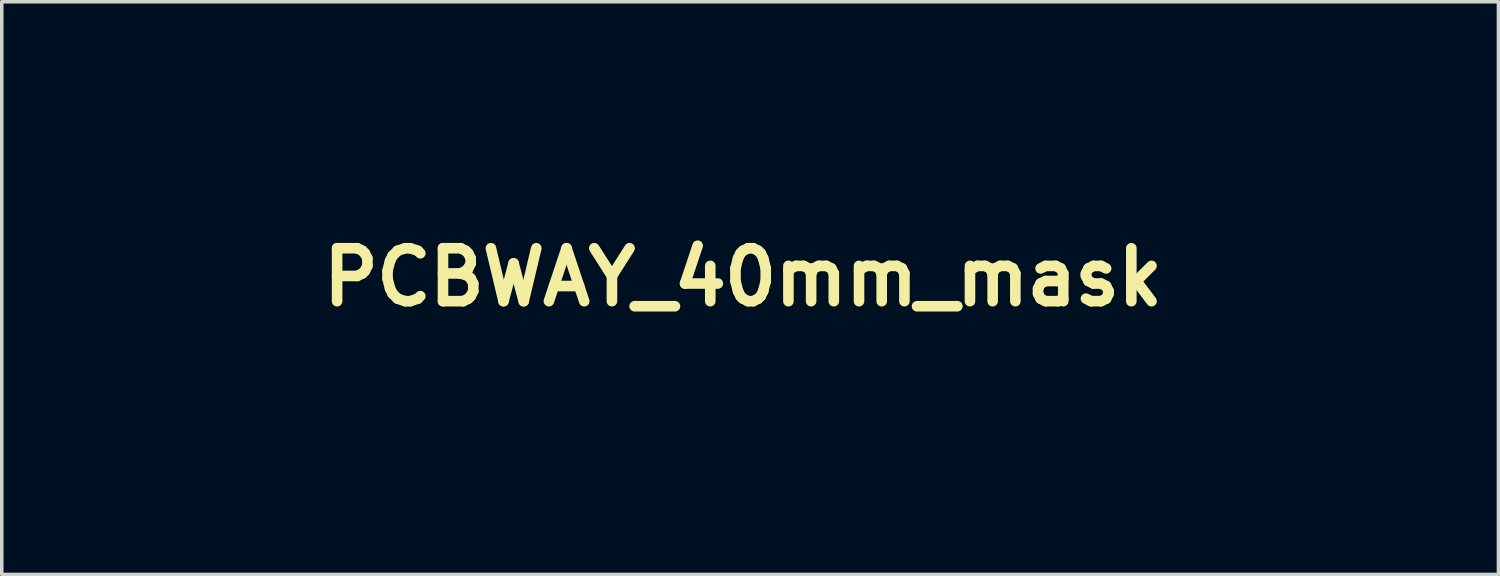
<source format=kicad_pcb>
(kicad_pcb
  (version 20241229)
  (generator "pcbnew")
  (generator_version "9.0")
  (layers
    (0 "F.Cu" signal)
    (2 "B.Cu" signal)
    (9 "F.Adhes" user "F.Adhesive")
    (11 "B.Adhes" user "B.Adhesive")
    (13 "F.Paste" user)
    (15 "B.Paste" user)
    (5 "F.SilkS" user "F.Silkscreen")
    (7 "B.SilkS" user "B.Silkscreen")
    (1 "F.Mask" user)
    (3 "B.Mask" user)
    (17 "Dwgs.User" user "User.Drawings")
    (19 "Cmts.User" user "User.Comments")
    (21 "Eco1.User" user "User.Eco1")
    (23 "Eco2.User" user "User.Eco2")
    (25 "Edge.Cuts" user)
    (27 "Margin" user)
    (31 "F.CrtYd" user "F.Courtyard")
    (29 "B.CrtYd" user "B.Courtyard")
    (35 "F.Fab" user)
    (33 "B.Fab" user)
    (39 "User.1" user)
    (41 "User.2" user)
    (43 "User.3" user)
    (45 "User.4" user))
  (footprint "PCBWAY_40mm_mask"
    (layer "F.Cu")
    (at 18 4.804)
    (property "Reference" "PCBWAY_40mm_mask" (at 0 0 0) (layer "F.SilkS") (effects (font (size 1.5 1.5) (thickness 0.3))))
    (attr board_only exclude_from_pos_files exclude_from_bom)
    (fp_poly (pts (xy -15.517 -4.654) (xy -14.96 -4.646) (xy -14.519 -4.636) (xy -14.179 -4.624) (xy -13.922 -4.609) (xy -13.732 -4.59) (xy -13.591 -4.564) (xy -13.484 -4.532) (xy -13.437 -4.513) (xy -13.059 -4.302) (xy -12.775 -4.034) (xy -12.547 -3.673) (xy -12.539 -3.657) (xy -12.432 -3.426) (xy -12.37 -3.228) (xy -12.341 -3.009) (xy -12.333 -2.715) (xy -12.333 -2.691) (xy -12.375 -2.152) (xy -12.505 -1.706) (xy -12.73 -1.341) (xy -13.058 -1.043) (xy -13.379 -0.856) (xy -13.549 -0.774) (xy -13.696 -0.716) (xy -13.848 -0.675) (xy -14.032 -0.647) (xy -14.276 -0.628) (xy -14.608 -0.613) (xy -14.879 -0.603) (xy -15.943 -0.567) (xy -15.955 0.633) (xy -15.967 1.833) (xy -16.602 1.854) (xy -16.881 1.858) (xy -17.109 1.852) (xy -17.253 1.838) (xy -17.285 1.826) (xy -17.295 1.752) (xy -17.304 1.557) (xy -17.312 1.255) (xy -17.319 0.86) (xy -17.325 0.383) (xy -17.329 -0.162) (xy -17.332 -0.762) (xy -17.333 -1.403) (xy -17.333 -1.45) (xy -17.333 -3.533) (xy -15.933 -3.533) (xy -15.933 -2.625) (xy -15.933 -1.717) (xy -15.183 -1.746) (xy -14.745 -1.774) (xy -14.425 -1.819) (xy -14.211 -1.882) (xy -14.197 -1.889) (xy -13.943 -2.074) (xy -13.787 -2.32) (xy -13.725 -2.598) (xy -13.756 -2.88) (xy -13.878 -3.139) (xy -14.087 -3.345) (xy -14.32 -3.455) (xy -14.502 -3.489) (xy -14.772 -3.516) (xy -15.086 -3.531) (xy -15.258 -3.533) (xy -15.933 -3.533) (xy -17.333 -3.533) (xy -17.333 -4.678)) (stroke (width 0) (type solid)) (fill yes) (layer "F.Mask"))
    (fp_poly (pts (xy -8.506 -4.583) (xy -8.126 -4.541) (xy -7.942 -4.503) (xy -7.324 -4.276) (xy -6.777 -3.947) (xy -6.515 -3.727) (xy -6.167 -3.398) (xy -6.567 -3.033) (xy -6.759 -2.863) (xy -6.917 -2.735) (xy -7.012 -2.67) (xy -7.025 -2.667) (xy -7.105 -2.707) (xy -7.243 -2.81) (xy -7.321 -2.877) (xy -7.522 -3.026) (xy -7.775 -3.18) (xy -7.93 -3.26) (xy -8.309 -3.384) (xy -8.739 -3.441) (xy -9.174 -3.431) (xy -9.567 -3.351) (xy -9.738 -3.283) (xy -10.053 -3.084) (xy -10.351 -2.82) (xy -10.596 -2.526) (xy -10.754 -2.239) (xy -10.764 -2.212) (xy -10.838 -1.868) (xy -10.863 -1.462) (xy -10.837 -1.057) (xy -10.763 -0.72) (xy -10.558 -0.311) (xy -10.261 0.023) (xy -9.89 0.275) (xy -9.466 0.443) (xy -9.009 0.521) (xy -8.538 0.506) (xy -8.073 0.392) (xy -7.633 0.176) (xy -7.435 0.032) (xy -7.247 -0.116) (xy -7.097 -0.223) (xy -7.017 -0.266) (xy -7.015 -0.267) (xy -6.946 -0.222) (xy -6.812 -0.105) (xy -6.638 0.062) (xy -6.599 0.101) (xy -6.418 0.291) (xy -6.318 0.433) (xy -6.305 0.553) (xy -6.383 0.679) (xy -6.559 0.836) (xy -6.784 1.01) (xy -7.15 1.263) (xy -7.502 1.44) (xy -7.878 1.554) (xy -8.316 1.618) (xy -8.733 1.641) (xy -9.246 1.641) (xy -9.631 1.61) (xy -9.821 1.57) (xy -10.411 1.337) (xy -10.932 1.003) (xy -11.371 0.581) (xy -11.714 0.085) (xy -11.948 -0.472) (xy -12 -0.673) (xy -12.061 -1.142) (xy -12.057 -1.665) (xy -11.992 -2.188) (xy -11.872 -2.655) (xy -11.831 -2.764) (xy -11.575 -3.227) (xy -11.211 -3.655) (xy -10.766 -4.025) (xy -10.264 -4.318) (xy -9.73 -4.512) (xy -9.667 -4.528) (xy -9.332 -4.577) (xy -8.926 -4.595)) (stroke (width 0) (type solid)) (fill yes) (layer "F.Mask"))
    (fp_poly (pts (xy 10.758 -3.268) (xy 11.307 -3.186) (xy 11.744 -3.063) (xy 12.084 -2.89) (xy 12.344 -2.658) (xy 12.539 -2.36) (xy 12.547 -2.345) (xy 12.591 -2.25) (xy 12.626 -2.157) (xy 12.652 -2.049) (xy 12.672 -1.908) (xy 12.685 -1.718) (xy 12.693 -1.463) (xy 12.698 -1.126) (xy 12.7 -0.689) (xy 12.7 -0.137) (xy 12.7 -0.1) (xy 12.7 1.833) (xy 11.917 1.852) (xy 11.133 1.871) (xy 11.133 1.635) (xy 11.124 1.48) (xy 11.101 1.402) (xy 11.096 1.4) (xy 11.024 1.437) (xy 10.89 1.529) (xy 10.842 1.565) (xy 10.535 1.76) (xy 10.214 1.877) (xy 9.833 1.927) (xy 9.619 1.932) (xy 9.297 1.921) (xy 9.058 1.881) (xy 8.85 1.803) (xy 8.808 1.782) (xy 8.474 1.543) (xy 8.226 1.222) (xy 8.067 0.846) (xy 8.001 0.44) (xy 8.019 0.211) (xy 9.614 0.211) (xy 9.625 0.413) (xy 9.725 0.628) (xy 9.916 0.772) (xy 10.171 0.842) (xy 10.465 0.831) (xy 10.771 0.735) (xy 10.909 0.661) (xy 11.023 0.586) (xy 11.09 0.51) (xy 11.122 0.398) (xy 11.132 0.215) (xy 11.133 0.02) (xy 11.133 -0.482) (xy 10.683 -0.436) (xy 10.234 -0.357) (xy 9.906 -0.222) (xy 9.7 -0.033) (xy 9.614 0.211) (xy 8.019 0.211) (xy 8.034 0.029) (xy 8.169 -0.362) (xy 8.387 -0.681) (xy 8.631 -0.897) (xy 8.941 -1.073) (xy 9.332 -1.214) (xy 9.82 -1.325) (xy 10.42 -1.41) (xy 10.65 -1.434) (xy 10.884 -1.465) (xy 11.056 -1.503) (xy 11.132 -1.542) (xy 11.133 -1.546) (xy 11.081 -1.709) (xy 10.95 -1.885) (xy 10.783 -2.025) (xy 10.691 -2.07) (xy 10.33 -2.138) (xy 9.898 -2.14) (xy 9.437 -2.078) (xy 9.049 -1.974) (xy 8.8 -1.893) (xy 8.599 -1.832) (xy 8.48 -1.802) (xy 8.465 -1.8) (xy 8.435 -1.863) (xy 8.413 -2.035) (xy 8.401 -2.293) (xy 8.4 -2.429) (xy 8.4 -3.057) (xy 8.75 -3.129) (xy 9.494 -3.251) (xy 10.164 -3.295)) (stroke (width 0) (type solid)) (fill yes) (layer "F.Mask"))
    (fp_poly (pts (xy -4.203 -4.736) (xy -3.627 -4.731) (xy -3.168 -4.723) (xy -2.81 -4.71) (xy -2.536 -4.691) (xy -2.329 -4.665) (xy -2.173 -4.632) (xy -2.158 -4.628) (xy -1.728 -4.449) (xy -1.407 -4.191) (xy -1.193 -3.855) (xy -1.086 -3.438) (xy -1.072 -3.227) (xy -1.114 -2.814) (xy -1.243 -2.44) (xy -1.446 -2.136) (xy -1.699 -1.934) (xy -1.832 -1.839) (xy -1.858 -1.766) (xy -1.772 -1.734) (xy -1.756 -1.733) (xy -1.642 -1.699) (xy -1.463 -1.61) (xy -1.314 -1.521) (xy -1.081 -1.346) (xy -0.917 -1.151) (xy -0.813 -0.909) (xy -0.756 -0.594) (xy -0.735 -0.179) (xy -0.735 -0.096) (xy -0.737 0.216) (xy -0.749 0.432) (xy -0.78 0.589) (xy -0.835 0.724) (xy -0.924 0.874) (xy -0.93 0.884) (xy -1.18 1.19) (xy -1.518 1.445) (xy -1.965 1.665) (xy -2.008 1.682) (xy -2.127 1.725) (xy -2.251 1.759) (xy -2.399 1.786) (xy -2.588 1.806) (xy -2.838 1.821) (xy -3.165 1.833) (xy -3.589 1.843) (xy -4.128 1.852) (xy -4.151 1.852) (xy -5.935 1.881) (xy -5.92 -1) (xy -4.267 -1) (xy -4.267 -0.192) (xy -4.267 0.616) (xy -3.617 0.587) (xy -3.189 0.554) (xy -2.887 0.497) (xy -2.752 0.446) (xy -2.54 0.289) (xy -2.424 0.079) (xy -2.389 -0.214) (xy -2.39 -0.254) (xy -2.431 -0.523) (xy -2.552 -0.726) (xy -2.762 -0.868) (xy -3.074 -0.956) (xy -3.497 -0.996) (xy -3.717 -1) (xy -4.267 -1) (xy -5.92 -1) (xy -5.917 -1.431) (xy -5.911 -2.558) (xy -4.26 -2.558) (xy -4.257 -2.369) (xy -4.239 -2.261) (xy -4.202 -2.211) (xy -4.138 -2.191) (xy -4.119 -2.188) (xy -3.928 -2.179) (xy -3.669 -2.187) (xy -3.406 -2.209) (xy -3.219 -2.237) (xy -3.011 -2.342) (xy -2.868 -2.531) (xy -2.797 -2.769) (xy -2.808 -3.019) (xy -2.91 -3.243) (xy -2.958 -3.298) (xy -3.172 -3.43) (xy -3.48 -3.509) (xy -3.851 -3.528) (xy -3.967 -3.522) (xy -4.233 -3.5) (xy -4.252 -2.855) (xy -4.26 -2.558) (xy -5.911 -2.558) (xy -5.9 -4.742)) (stroke (width 0) (type solid)) (fill yes) (layer "F.Mask"))
    (fp_poly (pts (xy 4.932 -3.919) (xy 5.029 -3.506) (xy 5.144 -3.022) (xy 5.262 -2.523) (xy 5.369 -2.069) (xy 5.377 -2.033) (xy 5.492 -1.547) (xy 5.58 -1.177) (xy 5.646 -0.907) (xy 5.693 -0.723) (xy 5.725 -0.61) (xy 5.746 -0.555) (xy 5.76 -0.541) (xy 5.763 -0.543) (xy 5.783 -0.612) (xy 5.826 -0.794) (xy 5.889 -1.072) (xy 5.969 -1.428) (xy 6.061 -1.846) (xy 6.16 -2.3) (xy 6.265 -2.784) (xy 6.366 -3.245) (xy 6.456 -3.661) (xy 6.533 -4.009) (xy 6.59 -4.267) (xy 6.619 -4.4) (xy 6.703 -4.767) (xy 7.496 -4.786) (xy 7.81 -4.788) (xy 8.076 -4.782) (xy 8.265 -4.767) (xy 8.348 -4.746) (xy 8.361 -4.655) (xy 8.337 -4.468) (xy 8.28 -4.216) (xy 8.274 -4.194) (xy 8.228 -4.017) (xy 8.153 -3.73) (xy 8.055 -3.348) (xy 7.938 -2.89) (xy 7.806 -2.373) (xy 7.665 -1.815) (xy 7.517 -1.234) (xy 7.5 -1.167) (xy 7.356 -0.596) (xy 7.219 -0.058) (xy 7.095 0.432) (xy 6.986 0.859) (xy 6.898 1.207) (xy 6.833 1.46) (xy 6.797 1.603) (xy 6.793 1.617) (xy 6.728 1.867) (xy 5.829 1.867) (xy 5.467 1.866) (xy 5.217 1.86) (xy 5.054 1.847) (xy 4.957 1.823) (xy 4.904 1.784) (xy 4.872 1.726) (xy 4.868 1.717) (xy 4.834 1.61) (xy 4.772 1.395) (xy 4.69 1.092) (xy 4.591 0.723) (xy 4.483 0.306) (xy 4.429 0.1) (xy 4.314 -0.348) (xy 4.203 -0.774) (xy 4.104 -1.155) (xy 4.021 -1.466) (xy 3.963 -1.682) (xy 3.948 -1.733) (xy 3.919 -1.844) (xy 3.896 -1.933) (xy 3.875 -1.991) (xy 3.852 -2.007) (xy 3.823 -1.969) (xy 3.784 -1.869) (xy 3.732 -1.694) (xy 3.663 -1.435) (xy 3.572 -1.081) (xy 3.455 -0.621) (xy 3.31 -0.044) (xy 3.282 0.067) (xy 2.833 1.833) (xy 1.915 1.852) (xy 1.525 1.857) (xy 1.252 1.852) (xy 1.079 1.836) (xy 0.99 1.809) (xy 0.97 1.785) (xy 0.945 1.695) (xy 0.894 1.498) (xy 0.823 1.219) (xy 0.737 0.879) (xy 0.667 0.6) (xy 0.579 0.246) (xy 0.464 -0.208) (xy 0.33 -0.735) (xy 0.185 -1.307) (xy 0.036 -1.895) (xy -0.111 -2.471) (xy -0.137 -2.572) (xy -0.266 -3.079) (xy -0.384 -3.546) (xy -0.486 -3.957) (xy -0.569 -4.295) (xy -0.629 -4.546) (xy -0.662 -4.692) (xy -0.667 -4.722) (xy -0.619 -4.757) (xy -0.47 -4.781) (xy -0.209 -4.795) (xy 0.175 -4.8) (xy 0.199 -4.8) (xy 0.552 -4.799) (xy 0.795 -4.794) (xy 0.948 -4.78) (xy 1.035 -4.755) (xy 1.078 -4.715) (xy 1.098 -4.655) (xy 1.099 -4.65) (xy 1.121 -4.548) (xy 1.166 -4.334) (xy 1.231 -4.024) (xy 1.311 -3.636) (xy 1.403 -3.188) (xy 1.503 -2.698) (xy 1.536 -2.537) (xy 1.637 -2.044) (xy 1.731 -1.595) (xy 1.813 -1.206) (xy 1.88 -0.894) (xy 1.929 -0.673) (xy 1.956 -0.562) (xy 1.96 -0.551) (xy 1.981 -0.608) (xy 2.03 -0.779) (xy 2.103 -1.05) (xy 2.196 -1.405) (xy 2.305 -1.83) (xy 2.427 -2.31) (xy 2.512 -2.648) (xy 3.041 -4.767) (xy 3.881 -4.785) (xy 4.721 -4.804)) (stroke (width 0) (type solid)) (fill yes) (layer "F.Mask"))
    (fp_poly (pts (xy 13.451 -3.149) (xy 13.823 -3.14) (xy 14.076 -3.121) (xy 14.225 -3.092) (xy 14.283 -3.054) (xy 14.316 -2.972) (xy 14.382 -2.786) (xy 14.475 -2.52) (xy 14.587 -2.196) (xy 14.711 -1.834) (xy 14.838 -1.459) (xy 14.961 -1.092) (xy 15.073 -0.755) (xy 15.167 -0.471) (xy 15.234 -0.262) (xy 15.267 -0.15) (xy 15.269 -0.139) (xy 15.289 -0.186) (xy 15.344 -0.344) (xy 15.429 -0.601) (xy 15.539 -0.939) (xy 15.669 -1.346) (xy 15.815 -1.805) (xy 15.971 -2.302) (xy 16.048 -2.55) (xy 16.23 -3.133) (xy 17.049 -3.133) (xy 17.361 -3.131) (xy 17.619 -3.124) (xy 17.796 -3.113) (xy 17.866 -3.101) (xy 17.867 -3.1) (xy 17.844 -3.027) (xy 17.784 -2.859) (xy 17.697 -2.625) (xy 17.643 -2.483) (xy 17.499 -2.106) (xy 17.334 -1.67) (xy 17.154 -1.188) (xy 16.963 -0.675) (xy 16.767 -0.147) (xy 16.572 0.383) (xy 16.383 0.898) (xy 16.206 1.385) (xy 16.045 1.829) (xy 15.907 2.214) (xy 15.796 2.526) (xy 15.718 2.751) (xy 15.678 2.873) (xy 15.675 2.891) (xy 15.746 2.904) (xy 15.929 2.93) (xy 16.204 2.966) (xy 16.552 3.008) (xy 16.951 3.056) (xy 17.05 3.068) (xy 17.457 3.118) (xy 17.814 3.167) (xy 18.103 3.212) (xy 18.304 3.249) (xy 18.396 3.277) (xy 18.4 3.281) (xy 18.376 3.333) (xy 18.294 3.368) (xy 18.14 3.386) (xy 17.9 3.388) (xy 17.559 3.374) (xy 17.102 3.345) (xy 17.006 3.338) (xy 16.613 3.31) (xy 16.257 3.285) (xy 15.963 3.264) (xy 15.756 3.25) (xy 15.67 3.244) (xy 15.546 3.264) (xy 15.471 3.368) (xy 15.443 3.45) (xy 15.381 3.667) (xy 14.524 3.667) (xy 14.203 3.664) (xy 13.937 3.657) (xy 13.751 3.646) (xy 13.668 3.634) (xy 13.667 3.631) (xy 13.69 3.552) (xy 13.748 3.401) (xy 13.768 3.354) (xy 13.827 3.197) (xy 13.851 3.103) (xy 13.849 3.094) (xy 13.771 3.075) (xy 13.576 3.05) (xy 13.28 3.018) (xy 12.9 2.982) (xy 12.452 2.944) (xy 11.951 2.904) (xy 11.415 2.865) (xy 10.933 2.832) (xy 9.142 2.742) (xy 7.239 2.703) (xy 5.238 2.713) (xy 3.151 2.773) (xy 0.991 2.881) (xy -1.231 3.038) (xy -3.502 3.242) (xy -5.809 3.493) (xy -6.167 3.536) (xy -7.394 3.689) (xy -8.567 3.845) (xy -9.718 4.009) (xy -10.879 4.185) (xy -12.08 4.377) (xy -13.352 4.592) (xy -14.533 4.799) (xy -15.262 4.929) (xy -15.922 5.048) (xy -16.501 5.154) (xy -16.989 5.245) (xy -17.374 5.319) (xy -17.644 5.373) (xy -17.721 5.39) (xy -17.919 5.42) (xy -17.998 5.394) (xy -18 5.384) (xy -17.989 5.287) (xy -17.959 5.1) (xy -17.921 4.889) (xy -17.868 4.646) (xy -17.812 4.507) (xy -17.738 4.442) (xy -17.705 4.431) (xy -17.469 4.382) (xy -17.119 4.316) (xy -16.671 4.237) (xy -16.144 4.147) (xy -15.555 4.049) (xy -14.92 3.946) (xy -14.259 3.84) (xy -13.587 3.735) (xy -12.923 3.632) (xy -12.284 3.536) (xy -11.687 3.449) (xy -11.15 3.373) (xy -10.867 3.334) (xy -8.231 3.008) (xy -5.686 2.744) (xy -3.207 2.541) (xy -0.767 2.397) (xy 1.659 2.311) (xy 4.097 2.28) (xy 5.423 2.286) (xy 6.474 2.299) (xy 7.415 2.316) (xy 8.267 2.337) (xy 9.054 2.364) (xy 9.797 2.397) (xy 10.519 2.437) (xy 11.243 2.487) (xy 11.991 2.546) (xy 12.786 2.615) (xy 12.933 2.629) (xy 13.291 2.659) (xy 13.6 2.679) (xy 13.837 2.689) (xy 13.979 2.686) (xy 14.008 2.679) (xy 14.05 2.598) (xy 14.124 2.427) (xy 14.215 2.201) (xy 14.229 2.165) (xy 14.41 1.696) (xy 13.909 0.365) (xy 13.725 -0.123) (xy 13.524 -0.654) (xy 13.323 -1.185) (xy 13.138 -1.673) (xy 13.003 -2.027) (xy 12.872 -2.377) (xy 12.763 -2.683) (xy 12.683 -2.923) (xy 12.638 -3.076) (xy 12.633 -3.122) (xy 12.71 -3.135) (xy 12.892 -3.144) (xy 13.152 -3.149)) (stroke (width 0) (type solid)) (fill yes) (layer "F.Mask")))
  (gr_rect
    (start -3 -3)
    (end 39.4 13.224)
    (stroke (width 0.1) (type default))
    (fill no)
    (layer "Edge.Cuts")))
</source>
